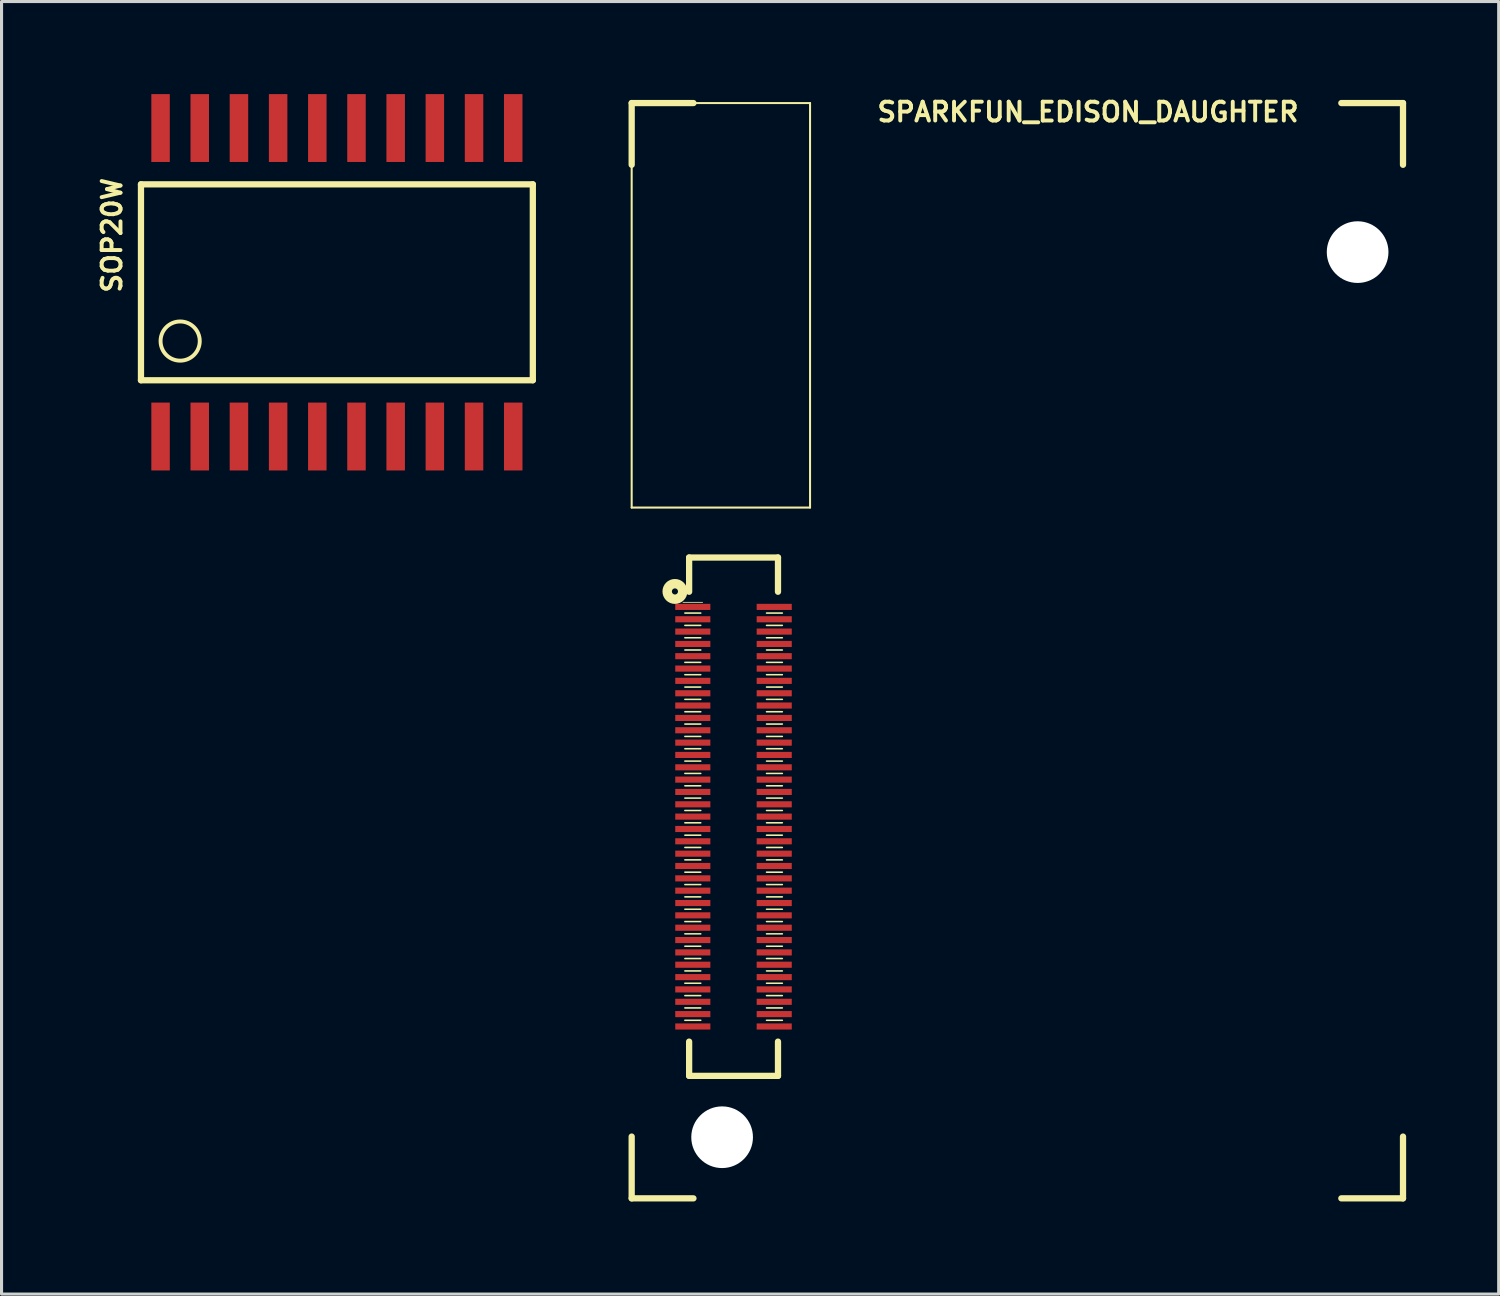
<source format=kicad_pcb>
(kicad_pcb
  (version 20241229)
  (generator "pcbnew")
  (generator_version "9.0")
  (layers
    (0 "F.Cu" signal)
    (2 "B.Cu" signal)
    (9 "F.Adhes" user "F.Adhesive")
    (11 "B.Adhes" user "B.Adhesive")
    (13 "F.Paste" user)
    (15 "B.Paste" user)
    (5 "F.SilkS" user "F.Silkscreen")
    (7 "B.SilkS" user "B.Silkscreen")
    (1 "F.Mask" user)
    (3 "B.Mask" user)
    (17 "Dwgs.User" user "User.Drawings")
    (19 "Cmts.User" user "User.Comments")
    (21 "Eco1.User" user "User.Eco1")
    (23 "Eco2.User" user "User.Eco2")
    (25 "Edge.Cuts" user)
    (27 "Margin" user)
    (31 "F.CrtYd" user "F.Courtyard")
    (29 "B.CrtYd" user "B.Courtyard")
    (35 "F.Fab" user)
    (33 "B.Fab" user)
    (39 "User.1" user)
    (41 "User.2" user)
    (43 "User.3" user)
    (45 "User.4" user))
  (footprint "SOP20W"
    (layer "F.Cu")
    (at 7.869 6.099)
    (property "Reference" "SOP20W" (at -7.29 -1.524 90) (layer "F.SilkS") (effects (font (size 0.61 0.61) (thickness 0.127))))
    (attr smd)
    (fp_line (start -6.35 -3.175) (end 6.35 -3.175) (stroke (width 0.203) (type solid)) (layer "F.SilkS"))
    (fp_line (start -6.35 3.175) (end -6.35 -3.175) (stroke (width 0.203) (type solid)) (layer "F.SilkS"))
    (fp_line (start 6.35 -3.175) (end 6.35 3.175) (stroke (width 0.203) (type solid)) (layer "F.SilkS"))
    (fp_line (start 6.35 3.175) (end -6.35 3.175) (stroke (width 0.203) (type solid)) (layer "F.SilkS"))
    (fp_circle (center -5.08 1.905) (end -5.08 1.27) (stroke (width 0.127) (type solid)) (fill no) (layer "F.SilkS"))
    (pad "1" smd rect (at -5.715 4.999) (size 0.599 2.2) (layers "F.Cu" "F.Mask" "F.Paste"))
    (pad "2" smd rect (at -4.445 4.999) (size 0.599 2.2) (layers "F.Cu" "F.Mask" "F.Paste"))
    (pad "3" smd rect (at -3.175 4.999) (size 0.599 2.2) (layers "F.Cu" "F.Mask" "F.Paste"))
    (pad "4" smd rect (at -1.905 4.999) (size 0.599 2.2) (layers "F.Cu" "F.Mask" "F.Paste"))
    (pad "5" smd rect (at -0.635 4.999) (size 0.599 2.2) (layers "F.Cu" "F.Mask" "F.Paste"))
    (pad "6" smd rect (at 0.635 4.999) (size 0.599 2.2) (layers "F.Cu" "F.Mask" "F.Paste"))
    (pad "7" smd rect (at 1.905 4.999) (size 0.599 2.2) (layers "F.Cu" "F.Mask" "F.Paste"))
    (pad "8" smd rect (at 3.175 4.999) (size 0.599 2.2) (layers "F.Cu" "F.Mask" "F.Paste"))
    (pad "9" smd rect (at 4.445 4.999) (size 0.599 2.2) (layers "F.Cu" "F.Mask" "F.Paste"))
    (pad "10" smd rect (at 5.715 4.999) (size 0.599 2.2) (layers "F.Cu" "F.Mask" "F.Paste"))
    (pad "11" smd rect (at 5.715 -4.999) (size 0.599 2.2) (layers "F.Cu" "F.Mask" "F.Paste"))
    (pad "12" smd rect (at 4.445 -4.999) (size 0.599 2.2) (layers "F.Cu" "F.Mask" "F.Paste"))
    (pad "13" smd rect (at 3.175 -4.999) (size 0.599 2.2) (layers "F.Cu" "F.Mask" "F.Paste"))
    (pad "14" smd rect (at 1.905 -4.999) (size 0.599 2.2) (layers "F.Cu" "F.Mask" "F.Paste"))
    (pad "15" smd rect (at 0.635 -4.999) (size 0.599 2.2) (layers "F.Cu" "F.Mask" "F.Paste"))
    (pad "16" smd rect (at -0.635 -4.999) (size 0.599 2.2) (layers "F.Cu" "F.Mask" "F.Paste"))
    (pad "17" smd rect (at -1.905 -4.999) (size 0.599 2.2) (layers "F.Cu" "F.Mask" "F.Paste"))
    (pad "18" smd rect (at -3.175 -4.999) (size 0.599 2.2) (layers "F.Cu" "F.Mask" "F.Paste"))
    (pad "19" smd rect (at -4.445 -4.999) (size 0.599 2.2) (layers "F.Cu" "F.Mask" "F.Paste"))
    (pad "20" smd rect (at -5.715 -4.999) (size 0.599 2.2) (layers "F.Cu" "F.Mask" "F.Paste")))
  (footprint "SPARKFUN_EDISON_DAUGHTER"
    (layer "F.Cu")
    (at 31.393 18.009)
    (property "Reference" "SPARKFUN_EDISON_DAUGHTER" (at 0.82 -17.429 0) (layer "F.SilkS") (effects (font (size 0.61 0.61) (thickness 0.127))))
    (attr smd)
    (fp_line (start -13.97 -17.719) (end -11.968 -17.719) (stroke (width 0.203) (type solid)) (layer "F.SilkS"))
    (fp_line (start -13.97 -17.719) (end -8.189 -17.719) (stroke (width 0.066) (type solid)) (layer "F.SilkS"))
    (fp_line (start -13.97 -15.718) (end -13.97 -17.719) (stroke (width 0.203) (type solid)) (layer "F.SilkS"))
    (fp_line (start -13.97 -4.608) (end -13.97 -17.719) (stroke (width 0.066) (type solid)) (layer "F.SilkS"))
    (fp_line (start -13.97 -4.608) (end -8.189 -4.608) (stroke (width 0.066) (type solid)) (layer "F.SilkS"))
    (fp_line (start -13.97 17.78) (end -13.97 15.778) (stroke (width 0.203) (type solid)) (layer "F.SilkS"))
    (fp_line (start -12.306 -1.537) (end -11.671 -1.537) (stroke (width 0.025) (type solid)) (layer "F.SilkS"))
    (fp_line (start -12.245 -1.189) (end -11.732 -1.189) (stroke (width 0.051) (type solid)) (layer "F.SilkS"))
    (fp_line (start -12.245 -0.79) (end -11.732 -0.79) (stroke (width 0.051) (type solid)) (layer "F.SilkS"))
    (fp_line (start -12.245 -0.389) (end -11.732 -0.389) (stroke (width 0.051) (type solid)) (layer "F.SilkS"))
    (fp_line (start -12.245 0.008) (end -11.732 0.008) (stroke (width 0.051) (type solid)) (layer "F.SilkS"))
    (fp_line (start -12.245 0.409) (end -11.732 0.409) (stroke (width 0.051) (type solid)) (layer "F.SilkS"))
    (fp_line (start -12.245 0.808) (end -11.732 0.808) (stroke (width 0.051) (type solid)) (layer "F.SilkS"))
    (fp_line (start -12.245 1.209) (end -11.732 1.209) (stroke (width 0.051) (type solid)) (layer "F.SilkS"))
    (fp_line (start -12.245 1.608) (end -11.732 1.608) (stroke (width 0.051) (type solid)) (layer "F.SilkS"))
    (fp_line (start -12.245 2.009) (end -11.732 2.009) (stroke (width 0.051) (type solid)) (layer "F.SilkS"))
    (fp_line (start -12.245 2.408) (end -11.732 2.408) (stroke (width 0.051) (type solid)) (layer "F.SilkS"))
    (fp_line (start -12.245 2.809) (end -11.732 2.809) (stroke (width 0.051) (type solid)) (layer "F.SilkS"))
    (fp_line (start -12.245 3.208) (end -11.732 3.208) (stroke (width 0.051) (type solid)) (layer "F.SilkS"))
    (fp_line (start -12.245 3.609) (end -11.732 3.609) (stroke (width 0.051) (type solid)) (layer "F.SilkS"))
    (fp_line (start -12.245 4.008) (end -11.732 4.008) (stroke (width 0.051) (type solid)) (layer "F.SilkS"))
    (fp_line (start -12.245 4.409) (end -11.732 4.409) (stroke (width 0.051) (type solid)) (layer "F.SilkS"))
    (fp_line (start -12.245 4.808) (end -11.732 4.808) (stroke (width 0.051) (type solid)) (layer "F.SilkS"))
    (fp_line (start -12.245 5.21) (end -11.732 5.21) (stroke (width 0.051) (type solid)) (layer "F.SilkS"))
    (fp_line (start -12.245 5.608) (end -11.732 5.608) (stroke (width 0.051) (type solid)) (layer "F.SilkS"))
    (fp_line (start -12.245 6.01) (end -11.732 6.01) (stroke (width 0.051) (type solid)) (layer "F.SilkS"))
    (fp_line (start -12.245 6.408) (end -11.732 6.408) (stroke (width 0.051) (type solid)) (layer "F.SilkS"))
    (fp_line (start -12.245 6.81) (end -11.732 6.81) (stroke (width 0.051) (type solid)) (layer "F.SilkS"))
    (fp_line (start -12.245 7.209) (end -11.732 7.209) (stroke (width 0.051) (type solid)) (layer "F.SilkS"))
    (fp_line (start -12.245 7.61) (end -11.732 7.61) (stroke (width 0.051) (type solid)) (layer "F.SilkS"))
    (fp_line (start -12.245 8.009) (end -11.732 8.009) (stroke (width 0.051) (type solid)) (layer "F.SilkS"))
    (fp_line (start -12.245 8.41) (end -11.732 8.41) (stroke (width 0.051) (type solid)) (layer "F.SilkS"))
    (fp_line (start -12.245 8.809) (end -11.732 8.809) (stroke (width 0.051) (type solid)) (layer "F.SilkS"))
    (fp_line (start -12.245 9.207) (end -11.732 9.207) (stroke (width 0.051) (type solid)) (layer "F.SilkS"))
    (fp_line (start -12.245 9.609) (end -11.732 9.609) (stroke (width 0.051) (type solid)) (layer "F.SilkS"))
    (fp_line (start -12.245 10.008) (end -11.732 10.008) (stroke (width 0.051) (type solid)) (layer "F.SilkS"))
    (fp_line (start -12.245 10.409) (end -11.732 10.409) (stroke (width 0.051) (type solid)) (layer "F.SilkS"))
    (fp_line (start -12.245 10.808) (end -11.732 10.808) (stroke (width 0.051) (type solid)) (layer "F.SilkS"))
    (fp_line (start -12.245 11.209) (end -11.732 11.209) (stroke (width 0.051) (type solid)) (layer "F.SilkS"))
    (fp_line (start -12.245 11.608) (end -11.732 11.608) (stroke (width 0.051) (type solid)) (layer "F.SilkS"))
    (fp_line (start -12.245 12.009) (end -11.732 12.009) (stroke (width 0.051) (type solid)) (layer "F.SilkS"))
    (fp_line (start -12.108 -2.99) (end -12.108 -1.88) (stroke (width 0.203) (type solid)) (layer "F.SilkS"))
    (fp_line (start -12.108 -2.99) (end -9.228 -2.99) (stroke (width 0.203) (type solid)) (layer "F.SilkS"))
    (fp_line (start -12.108 12.7) (end -12.108 13.81) (stroke (width 0.203) (type solid)) (layer "F.SilkS"))
    (fp_line (start -11.968 17.78) (end -13.97 17.78) (stroke (width 0.203) (type solid)) (layer "F.SilkS"))
    (fp_line (start -9.599 -1.189) (end -9.088 -1.189) (stroke (width 0.051) (type solid)) (layer "F.SilkS"))
    (fp_line (start -9.599 -0.79) (end -9.088 -0.79) (stroke (width 0.051) (type solid)) (layer "F.SilkS"))
    (fp_line (start -9.599 -0.389) (end -9.088 -0.389) (stroke (width 0.051) (type solid)) (layer "F.SilkS"))
    (fp_line (start -9.599 0.008) (end -9.088 0.008) (stroke (width 0.051) (type solid)) (layer "F.SilkS"))
    (fp_line (start -9.599 0.409) (end -9.088 0.409) (stroke (width 0.051) (type solid)) (layer "F.SilkS"))
    (fp_line (start -9.599 0.808) (end -9.088 0.808) (stroke (width 0.051) (type solid)) (layer "F.SilkS"))
    (fp_line (start -9.599 1.209) (end -9.088 1.209) (stroke (width 0.051) (type solid)) (layer "F.SilkS"))
    (fp_line (start -9.599 1.608) (end -9.088 1.608) (stroke (width 0.051) (type solid)) (layer "F.SilkS"))
    (fp_line (start -9.599 2.009) (end -9.088 2.009) (stroke (width 0.051) (type solid)) (layer "F.SilkS"))
    (fp_line (start -9.599 2.408) (end -9.088 2.408) (stroke (width 0.051) (type solid)) (layer "F.SilkS"))
    (fp_line (start -9.599 2.809) (end -9.088 2.809) (stroke (width 0.051) (type solid)) (layer "F.SilkS"))
    (fp_line (start -9.599 3.208) (end -9.088 3.208) (stroke (width 0.051) (type solid)) (layer "F.SilkS"))
    (fp_line (start -9.599 3.609) (end -9.088 3.609) (stroke (width 0.051) (type solid)) (layer "F.SilkS"))
    (fp_line (start -9.599 4.008) (end -9.088 4.008) (stroke (width 0.051) (type solid)) (layer "F.SilkS"))
    (fp_line (start -9.599 4.409) (end -9.088 4.409) (stroke (width 0.051) (type solid)) (layer "F.SilkS"))
    (fp_line (start -9.599 4.808) (end -9.088 4.808) (stroke (width 0.051) (type solid)) (layer "F.SilkS"))
    (fp_line (start -9.599 5.21) (end -9.088 5.21) (stroke (width 0.051) (type solid)) (layer "F.SilkS"))
    (fp_line (start -9.599 5.608) (end -9.088 5.608) (stroke (width 0.051) (type solid)) (layer "F.SilkS"))
    (fp_line (start -9.599 6.01) (end -9.088 6.01) (stroke (width 0.051) (type solid)) (layer "F.SilkS"))
    (fp_line (start -9.599 6.408) (end -9.088 6.408) (stroke (width 0.051) (type solid)) (layer "F.SilkS"))
    (fp_line (start -9.599 6.81) (end -9.088 6.81) (stroke (width 0.051) (type solid)) (layer "F.SilkS"))
    (fp_line (start -9.599 7.209) (end -9.088 7.209) (stroke (width 0.051) (type solid)) (layer "F.SilkS"))
    (fp_line (start -9.599 7.61) (end -9.088 7.61) (stroke (width 0.051) (type solid)) (layer "F.SilkS"))
    (fp_line (start -9.599 8.009) (end -9.088 8.009) (stroke (width 0.051) (type solid)) (layer "F.SilkS"))
    (fp_line (start -9.599 8.41) (end -9.088 8.41) (stroke (width 0.051) (type solid)) (layer "F.SilkS"))
    (fp_line (start -9.599 8.809) (end -9.088 8.809) (stroke (width 0.051) (type solid)) (layer "F.SilkS"))
    (fp_line (start -9.599 9.207) (end -9.088 9.207) (stroke (width 0.051) (type solid)) (layer "F.SilkS"))
    (fp_line (start -9.599 9.609) (end -9.088 9.609) (stroke (width 0.051) (type solid)) (layer "F.SilkS"))
    (fp_line (start -9.599 10.008) (end -9.088 10.008) (stroke (width 0.051) (type solid)) (layer "F.SilkS"))
    (fp_line (start -9.599 10.409) (end -9.088 10.409) (stroke (width 0.051) (type solid)) (layer "F.SilkS"))
    (fp_line (start -9.599 10.808) (end -9.088 10.808) (stroke (width 0.051) (type solid)) (layer "F.SilkS"))
    (fp_line (start -9.599 11.209) (end -9.088 11.209) (stroke (width 0.051) (type solid)) (layer "F.SilkS"))
    (fp_line (start -9.599 11.608) (end -9.088 11.608) (stroke (width 0.051) (type solid)) (layer "F.SilkS"))
    (fp_line (start -9.599 12.009) (end -9.088 12.009) (stroke (width 0.051) (type solid)) (layer "F.SilkS"))
    (fp_line (start -9.228 -2.99) (end -9.228 -1.88) (stroke (width 0.203) (type solid)) (layer "F.SilkS"))
    (fp_line (start -9.228 12.7) (end -9.228 13.81) (stroke (width 0.203) (type solid)) (layer "F.SilkS"))
    (fp_line (start -9.228 13.81) (end -12.108 13.81) (stroke (width 0.203) (type solid)) (layer "F.SilkS"))
    (fp_line (start -8.189 -4.608) (end -8.189 -17.719) (stroke (width 0.066) (type solid)) (layer "F.SilkS"))
    (fp_line (start 9.03 -17.719) (end 11.029 -17.719) (stroke (width 0.203) (type solid)) (layer "F.SilkS"))
    (fp_line (start 11.029 -17.719) (end 11.029 -15.718) (stroke (width 0.203) (type solid)) (layer "F.SilkS"))
    (fp_line (start 11.029 15.778) (end 11.029 17.78) (stroke (width 0.203) (type solid)) (layer "F.SilkS"))
    (fp_line (start 11.029 17.78) (end 9.03 17.78) (stroke (width 0.203) (type solid)) (layer "F.SilkS"))
    (fp_circle (center -12.568 -1.89) (end -12.568 -1.989) (stroke (width 0.305) (type solid)) (fill no) (layer "F.SilkS"))
    (fp_line (start -13.97 -17.719) (end -8.189 -17.719) (stroke (width 0.066) (type solid)) (layer "Eco2.User"))
    (fp_line (start -13.97 -4.608) (end -13.97 -17.719) (stroke (width 0.066) (type solid)) (layer "Eco2.User"))
    (fp_line (start -13.97 -4.608) (end -8.189 -4.608) (stroke (width 0.066) (type solid)) (layer "Eco2.User"))
    (fp_line (start -8.189 -4.608) (end -8.189 -17.719) (stroke (width 0.066) (type solid)) (layer "Eco2.User"))
    (pad "" np_thru_hole circle (at -11.039 15.799) (size 1.999 1.999) (drill 1.999) (layers "*.Cu" "*.Mask"))
    (pad "" np_thru_hole circle (at 9.558 -12.888) (size 1.999 1.999) (drill 1.999) (layers "*.Cu" "*.Mask"))
    (pad "1" smd rect (at -11.989 -1.389 90) (size 0.198 1.138) (layers "F.Cu" "F.Mask" "F.Paste"))
    (pad "2" smd rect (at -9.35 -1.389 90) (size 0.198 1.138) (layers "F.Cu" "F.Mask" "F.Paste"))
    (pad "3" smd rect (at -11.989 -0.988 90) (size 0.198 1.138) (layers "F.Cu" "F.Mask" "F.Paste"))
    (pad "4" smd rect (at -9.35 -0.988 90) (size 0.198 1.138) (layers "F.Cu" "F.Mask" "F.Paste"))
    (pad "5" smd rect (at -11.989 -0.589 90) (size 0.198 1.138) (layers "F.Cu" "F.Mask" "F.Paste"))
    (pad "6" smd rect (at -9.35 -0.589 90) (size 0.198 1.138) (layers "F.Cu" "F.Mask" "F.Paste"))
    (pad "7" smd rect (at -11.989 -0.188 90) (size 0.198 1.138) (layers "F.Cu" "F.Mask" "F.Paste"))
    (pad "8" smd rect (at -9.35 -0.188 90) (size 0.198 1.138) (layers "F.Cu" "F.Mask" "F.Paste"))
    (pad "9" smd rect (at -11.989 0.208 90) (size 0.198 1.138) (layers "F.Cu" "F.Mask" "F.Paste"))
    (pad "10" smd rect (at -9.35 0.208 90) (size 0.198 1.138) (layers "F.Cu" "F.Mask" "F.Paste"))
    (pad "11" smd rect (at -11.989 0.61 90) (size 0.198 1.138) (layers "F.Cu" "F.Mask" "F.Paste"))
    (pad "12" smd rect (at -9.35 0.61 90) (size 0.198 1.138) (layers "F.Cu" "F.Mask" "F.Paste"))
    (pad "13" smd rect (at -11.989 1.008 90) (size 0.198 1.138) (layers "F.Cu" "F.Mask" "F.Paste"))
    (pad "14" smd rect (at -9.35 1.008 90) (size 0.198 1.138) (layers "F.Cu" "F.Mask" "F.Paste"))
    (pad "15" smd rect (at -11.989 1.41 90) (size 0.198 1.138) (layers "F.Cu" "F.Mask" "F.Paste"))
    (pad "16" smd rect (at -9.35 1.41 90) (size 0.198 1.138) (layers "F.Cu" "F.Mask" "F.Paste"))
    (pad "17" smd rect (at -11.989 1.808 90) (size 0.198 1.138) (layers "F.Cu" "F.Mask" "F.Paste"))
    (pad "18" smd rect (at -9.35 1.808 90) (size 0.198 1.138) (layers "F.Cu" "F.Mask" "F.Paste"))
    (pad "19" smd rect (at -11.989 2.21 90) (size 0.198 1.138) (layers "F.Cu" "F.Mask" "F.Paste"))
    (pad "20" smd rect (at -9.35 2.21 90) (size 0.198 1.138) (layers "F.Cu" "F.Mask" "F.Paste"))
    (pad "21" smd rect (at -11.989 2.609 90) (size 0.198 1.138) (layers "F.Cu" "F.Mask" "F.Paste"))
    (pad "22" smd rect (at -9.35 2.609 90) (size 0.198 1.138) (layers "F.Cu" "F.Mask" "F.Paste"))
    (pad "23" smd rect (at -11.989 3.01 90) (size 0.198 1.138) (layers "F.Cu" "F.Mask" "F.Paste"))
    (pad "24" smd rect (at -9.35 3.01 90) (size 0.198 1.138) (layers "F.Cu" "F.Mask" "F.Paste"))
    (pad "25" smd rect (at -11.989 3.409 90) (size 0.198 1.138) (layers "F.Cu" "F.Mask" "F.Paste"))
    (pad "26" smd rect (at -9.35 3.409 90) (size 0.198 1.138) (layers "F.Cu" "F.Mask" "F.Paste"))
    (pad "27" smd rect (at -11.989 3.81 90) (size 0.198 1.138) (layers "F.Cu" "F.Mask" "F.Paste"))
    (pad "28" smd rect (at -9.35 3.81 90) (size 0.198 1.138) (layers "F.Cu" "F.Mask" "F.Paste"))
    (pad "29" smd rect (at -11.989 4.209 90) (size 0.198 1.138) (layers "F.Cu" "F.Mask" "F.Paste"))
    (pad "30" smd rect (at -9.35 4.209 90) (size 0.198 1.138) (layers "F.Cu" "F.Mask" "F.Paste"))
    (pad "31" smd rect (at -11.989 4.608 90) (size 0.198 1.138) (layers "F.Cu" "F.Mask" "F.Paste"))
    (pad "32" smd rect (at -9.35 4.608 90) (size 0.198 1.138) (layers "F.Cu" "F.Mask" "F.Paste"))
    (pad "33" smd rect (at -11.989 5.009 90) (size 0.198 1.138) (layers "F.Cu" "F.Mask" "F.Paste"))
    (pad "34" smd rect (at -9.35 5.009 90) (size 0.198 1.138) (layers "F.Cu" "F.Mask" "F.Paste"))
    (pad "35" smd rect (at -11.989 5.408 90) (size 0.198 1.138) (layers "F.Cu" "F.Mask" "F.Paste"))
    (pad "36" smd rect (at -9.35 5.408 90) (size 0.198 1.138) (layers "F.Cu" "F.Mask" "F.Paste"))
    (pad "37" smd rect (at -11.989 5.809 90) (size 0.198 1.138) (layers "F.Cu" "F.Mask" "F.Paste"))
    (pad "38" smd rect (at -9.35 5.809 90) (size 0.198 1.138) (layers "F.Cu" "F.Mask" "F.Paste"))
    (pad "39" smd rect (at -11.989 6.208 90) (size 0.198 1.138) (layers "F.Cu" "F.Mask" "F.Paste"))
    (pad "40" smd rect (at -9.35 6.208 90) (size 0.198 1.138) (layers "F.Cu" "F.Mask" "F.Paste"))
    (pad "41" smd rect (at -11.989 6.609 90) (size 0.198 1.138) (layers "F.Cu" "F.Mask" "F.Paste"))
    (pad "42" smd rect (at -9.35 6.609 90) (size 0.198 1.138) (layers "F.Cu" "F.Mask" "F.Paste"))
    (pad "43" smd rect (at -11.989 7.008 90) (size 0.198 1.138) (layers "F.Cu" "F.Mask" "F.Paste"))
    (pad "44" smd rect (at -9.35 7.008 90) (size 0.198 1.138) (layers "F.Cu" "F.Mask" "F.Paste"))
    (pad "45" smd rect (at -11.989 7.409 90) (size 0.198 1.138) (layers "F.Cu" "F.Mask" "F.Paste"))
    (pad "46" smd rect (at -9.35 7.409 90) (size 0.198 1.138) (layers "F.Cu" "F.Mask" "F.Paste"))
    (pad "47" smd rect (at -11.989 7.808 90) (size 0.198 1.138) (layers "F.Cu" "F.Mask" "F.Paste"))
    (pad "48" smd rect (at -9.35 7.808 90) (size 0.198 1.138) (layers "F.Cu" "F.Mask" "F.Paste"))
    (pad "49" smd rect (at -11.989 8.209 90) (size 0.198 1.138) (layers "F.Cu" "F.Mask" "F.Paste"))
    (pad "50" smd rect (at -9.35 8.209 90) (size 0.198 1.138) (layers "F.Cu" "F.Mask" "F.Paste"))
    (pad "51" smd rect (at -11.989 8.608 90) (size 0.198 1.138) (layers "F.Cu" "F.Mask" "F.Paste"))
    (pad "52" smd rect (at -9.35 8.608 90) (size 0.198 1.138) (layers "F.Cu" "F.Mask" "F.Paste"))
    (pad "53" smd rect (at -11.989 9.009 90) (size 0.198 1.138) (layers "F.Cu" "F.Mask" "F.Paste"))
    (pad "54" smd rect (at -9.35 9.009 90) (size 0.198 1.138) (layers "F.Cu" "F.Mask" "F.Paste"))
    (pad "55" smd rect (at -11.989 9.408 90) (size 0.198 1.138) (layers "F.Cu" "F.Mask" "F.Paste"))
    (pad "56" smd rect (at -9.35 9.408 90) (size 0.198 1.138) (layers "F.Cu" "F.Mask" "F.Paste"))
    (pad "57" smd rect (at -11.989 9.809 90) (size 0.198 1.138) (layers "F.Cu" "F.Mask" "F.Paste"))
    (pad "58" smd rect (at -9.35 9.809 90) (size 0.198 1.138) (layers "F.Cu" "F.Mask" "F.Paste"))
    (pad "59" smd rect (at -11.989 10.208 90) (size 0.198 1.138) (layers "F.Cu" "F.Mask" "F.Paste"))
    (pad "60" smd rect (at -9.35 10.208 90) (size 0.198 1.138) (layers "F.Cu" "F.Mask" "F.Paste"))
    (pad "61" smd rect (at -11.989 10.61 90) (size 0.198 1.138) (layers "F.Cu" "F.Mask" "F.Paste"))
    (pad "62" smd rect (at -9.35 10.61 90) (size 0.198 1.138) (layers "F.Cu" "F.Mask" "F.Paste"))
    (pad "63" smd rect (at -11.989 11.008 90) (size 0.198 1.138) (layers "F.Cu" "F.Mask" "F.Paste"))
    (pad "64" smd rect (at -9.35 11.008 90) (size 0.198 1.138) (layers "F.Cu" "F.Mask" "F.Paste"))
    (pad "65" smd rect (at -11.989 11.41 90) (size 0.198 1.138) (layers "F.Cu" "F.Mask" "F.Paste"))
    (pad "66" smd rect (at -9.35 11.41 90) (size 0.198 1.138) (layers "F.Cu" "F.Mask" "F.Paste"))
    (pad "67" smd rect (at -11.989 11.808 90) (size 0.198 1.138) (layers "F.Cu" "F.Mask" "F.Paste"))
    (pad "68" smd rect (at -9.35 11.808 90) (size 0.198 1.138) (layers "F.Cu" "F.Mask" "F.Paste"))
    (pad "69" smd rect (at -11.989 12.21 90) (size 0.198 1.138) (layers "F.Cu" "F.Mask" "F.Paste"))
    (pad "70" smd rect (at -9.35 12.21 90) (size 0.198 1.138) (layers "F.Cu" "F.Mask" "F.Paste")))
  (gr_rect
    (start -3 -3)
    (end 45.523 38.891)
    (stroke (width 0.1) (type default))
    (fill no)
    (layer "Edge.Cuts")))
</source>
